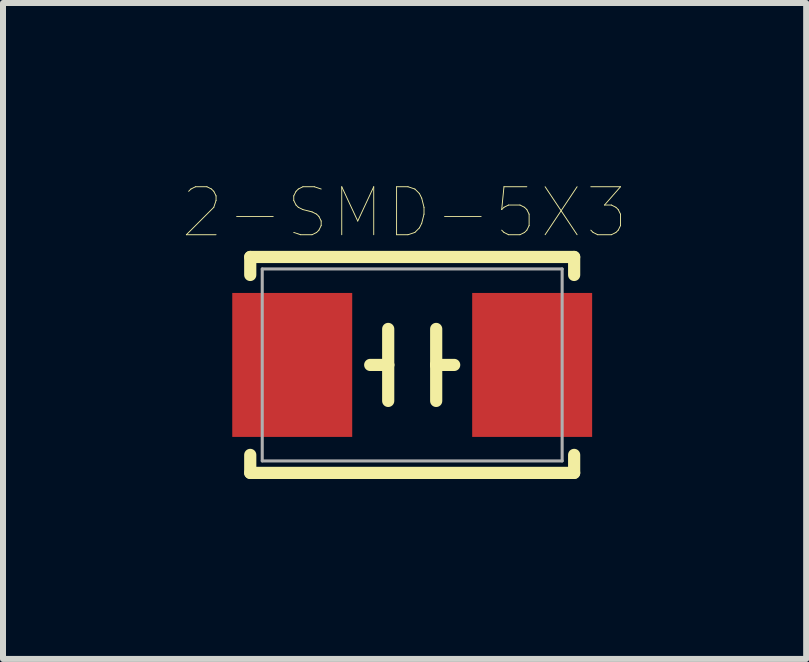
<source format=kicad_pcb>
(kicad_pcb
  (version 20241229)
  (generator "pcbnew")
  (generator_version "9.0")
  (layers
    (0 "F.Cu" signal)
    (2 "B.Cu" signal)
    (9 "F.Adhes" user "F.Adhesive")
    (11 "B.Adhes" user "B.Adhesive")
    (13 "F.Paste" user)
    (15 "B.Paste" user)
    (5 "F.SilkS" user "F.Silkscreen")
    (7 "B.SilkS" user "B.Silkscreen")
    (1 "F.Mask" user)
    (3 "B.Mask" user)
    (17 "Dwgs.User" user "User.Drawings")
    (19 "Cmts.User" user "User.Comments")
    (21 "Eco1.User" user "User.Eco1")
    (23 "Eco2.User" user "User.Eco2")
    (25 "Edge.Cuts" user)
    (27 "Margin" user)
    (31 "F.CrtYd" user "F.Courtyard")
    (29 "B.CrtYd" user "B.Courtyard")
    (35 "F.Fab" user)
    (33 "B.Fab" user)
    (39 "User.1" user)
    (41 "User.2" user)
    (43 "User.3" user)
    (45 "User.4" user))
  (footprint "2-SMD-5X3"
    (layer "F.Cu")
    (at 3.822 3.034)
    (property "Reference" "2-SMD-5X3" (at -0.127 -2.54 0) (layer "F.SilkS") (effects (font (size 0.8 0.8) (thickness 0.015))))
    (attr through_hole)
    (fp_line (start -2.7 -1.8) (end 2.7 -1.8) (stroke (width 0.203) (type solid)) (layer "F.SilkS"))
    (fp_line (start -2.7 -1.5) (end -2.7 -1.8) (stroke (width 0.203) (type solid)) (layer "F.SilkS"))
    (fp_line (start -2.7 1.8) (end -2.7 1.5) (stroke (width 0.203) (type solid)) (layer "F.SilkS"))
    (fp_line (start -2.7 1.8) (end 2.7 1.8) (stroke (width 0.203) (type solid)) (layer "F.SilkS"))
    (fp_line (start -0.4 0) (end -0.7 0) (stroke (width 0.203) (type solid)) (layer "F.SilkS"))
    (fp_line (start -0.4 0) (end -0.4 -0.6) (stroke (width 0.203) (type solid)) (layer "F.SilkS"))
    (fp_line (start -0.4 0.6) (end -0.4 0) (stroke (width 0.203) (type solid)) (layer "F.SilkS"))
    (fp_line (start 0.4 -0.6) (end 0.4 0) (stroke (width 0.203) (type solid)) (layer "F.SilkS"))
    (fp_line (start 0.4 0) (end 0.4 0.6) (stroke (width 0.203) (type solid)) (layer "F.SilkS"))
    (fp_line (start 0.4 0) (end 0.7 0) (stroke (width 0.203) (type solid)) (layer "F.SilkS"))
    (fp_line (start 2.7 -1.8) (end 2.7 -1.5) (stroke (width 0.203) (type solid)) (layer "F.SilkS"))
    (fp_line (start 2.7 1.8) (end 2.7 1.5) (stroke (width 0.203) (type solid)) (layer "F.SilkS"))
    (fp_line (start -2.5 -1.6) (end -2.5 1.6) (stroke (width 0.051) (type solid)) (layer "F.Fab"))
    (fp_line (start -2.5 1.6) (end 2.5 1.6) (stroke (width 0.051) (type solid)) (layer "F.Fab"))
    (fp_line (start 2.5 -1.6) (end -2.5 -1.6) (stroke (width 0.051) (type solid)) (layer "F.Fab"))
    (fp_line (start 2.5 1.6) (end 2.5 -1.6) (stroke (width 0.051) (type solid)) (layer "F.Fab"))
    (pad "1" smd rect (at -2 0) (size 2 2.4) (layers "F.Cu" "F.Mask" "F.Paste"))
    (pad "2" smd rect (at 2 0) (size 2 2.4) (layers "F.Cu" "F.Mask" "F.Paste")))
  (gr_rect
    (start -3 -3)
    (end 10.39 7.936)
    (stroke (width 0.1) (type default))
    (fill no)
    (layer "Edge.Cuts")))
</source>
